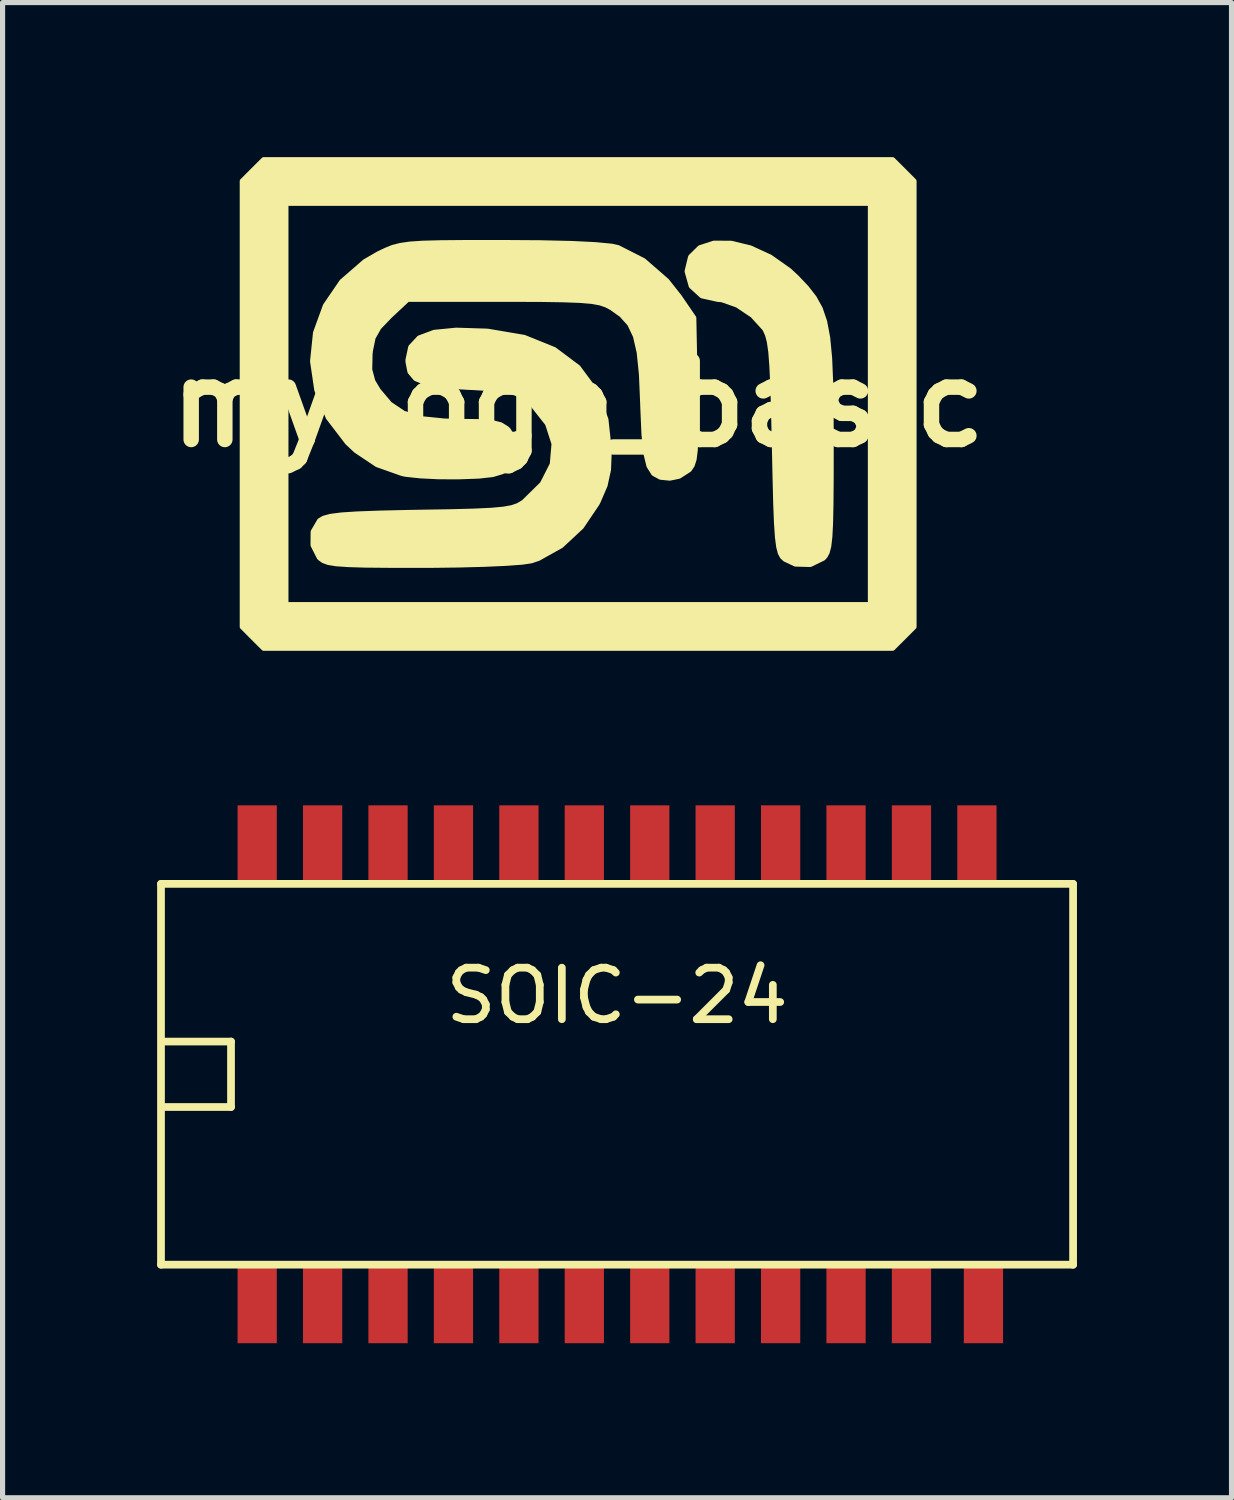
<source format=kicad_pcb>
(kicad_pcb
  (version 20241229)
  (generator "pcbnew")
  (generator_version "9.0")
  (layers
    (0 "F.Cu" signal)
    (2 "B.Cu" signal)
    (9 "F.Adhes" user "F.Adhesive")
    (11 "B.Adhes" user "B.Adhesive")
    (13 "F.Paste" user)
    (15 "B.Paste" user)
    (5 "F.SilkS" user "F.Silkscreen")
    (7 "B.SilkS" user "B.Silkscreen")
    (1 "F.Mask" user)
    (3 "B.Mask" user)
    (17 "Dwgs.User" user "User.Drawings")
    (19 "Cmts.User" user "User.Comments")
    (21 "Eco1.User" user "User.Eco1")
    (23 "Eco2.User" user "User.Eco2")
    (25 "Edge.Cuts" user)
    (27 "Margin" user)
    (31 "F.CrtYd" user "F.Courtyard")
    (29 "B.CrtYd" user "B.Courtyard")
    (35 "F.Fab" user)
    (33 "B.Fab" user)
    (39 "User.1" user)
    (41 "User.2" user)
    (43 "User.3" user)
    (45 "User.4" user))
  (footprint "myLogo_basic"
    (layer "F.Cu")
    (at 8.172 4.791)
    (property "Reference" "myLogo_basic" (at 0 0 0) (layer "F.SilkS") (effects (font (size 1.524 1.524) (thickness 0.3))))
    (attr through_hole)
    (fp_poly (pts (xy 6.519 4.326) (xy 6.312 4.534) (xy 6.104 4.741) (xy 5.673 4.741) (xy 5.673 3.895) (xy 5.673 0) (xy 5.673 -3.895) (xy 0 -3.895) (xy -5.673 -3.895) (xy -5.673 0) (xy -5.673 3.895) (xy 0 3.895) (xy 5.673 3.895) (xy 5.673 4.741) (xy 0 4.741) (xy -6.104 4.741) (xy -6.312 4.534) (xy -6.519 4.326) (xy -6.519 0) (xy -6.519 -4.326) (xy -6.312 -4.534) (xy -6.104 -4.741) (xy 0 -4.741) (xy 6.104 -4.741) (xy 6.312 -4.534) (xy 6.519 -4.326) (xy 6.519 0) (xy 6.519 4.326)) (stroke (width 0.1) (type solid)) (fill yes) (layer "F.SilkS"))
    (fp_poly (pts (xy 4.911 0.806) (xy 4.91 1.452) (xy 4.906 1.949) (xy 4.898 2.319) (xy 4.884 2.583) (xy 4.863 2.763) (xy 4.833 2.879) (xy 4.793 2.953) (xy 4.756 2.993) (xy 4.506 3.115) (xy 4.217 3.107) (xy 4.017 3.013) (xy 3.965 2.965) (xy 3.925 2.892) (xy 3.894 2.773) (xy 3.87 2.588) (xy 3.851 2.315) (xy 3.836 1.933) (xy 3.823 1.422) (xy 3.81 0.828) (xy 3.795 0.17) (xy 3.78 -0.34) (xy 3.762 -0.725) (xy 3.741 -1.006) (xy 3.713 -1.204) (xy 3.677 -1.342) (xy 3.632 -1.442) (xy 3.615 -1.469) (xy 3.386 -1.72) (xy 3.09 -1.919) (xy 2.793 -2.024) (xy 2.707 -2.032) (xy 2.402 -2.1) (xy 2.196 -2.288) (xy 2.117 -2.569) (xy 2.117 -2.582) (xy 2.183 -2.854) (xy 2.364 -3.032) (xy 2.635 -3.12) (xy 2.969 -3.118) (xy 3.341 -3.028) (xy 3.726 -2.851) (xy 4.096 -2.59) (xy 4.237 -2.459) (xy 4.429 -2.257) (xy 4.581 -2.061) (xy 4.698 -1.85) (xy 4.783 -1.6) (xy 4.842 -1.289) (xy 4.88 -0.894) (xy 4.901 -0.393) (xy 4.909 0.239) (xy 4.911 0.806)) (stroke (width 0.1) (type solid)) (fill yes) (layer "F.SilkS"))
    (fp_poly (pts (xy 0.603 0.899) (xy 0.588 1.276) (xy 0.522 1.58) (xy 0.383 1.902) (xy 0.366 1.934) (xy 0.063 2.383) (xy -0.331 2.75) (xy -0.772 2.997) (xy -0.912 3.044) (xy -1.09 3.07) (xy -1.407 3.093) (xy -1.833 3.112) (xy -2.337 3.125) (xy -2.888 3.132) (xy -3.056 3.132) (xy -3.663 3.131) (xy -4.123 3.127) (xy -4.459 3.117) (xy -4.693 3.101) (xy -4.848 3.076) (xy -4.946 3.04) (xy -5.011 2.992) (xy -5.025 2.978) (xy -5.145 2.741) (xy -5.143 2.48) (xy -5.018 2.266) (xy -5.016 2.265) (xy -4.939 2.219) (xy -4.807 2.183) (xy -4.598 2.156) (xy -4.293 2.136) (xy -3.868 2.12) (xy -3.303 2.107) (xy -3.075 2.103) (xy -2.475 2.093) (xy -2.019 2.081) (xy -1.684 2.065) (xy -1.447 2.043) (xy -1.282 2.013) (xy -1.165 1.972) (xy -1.073 1.918) (xy -1.049 1.9) (xy -0.695 1.552) (xy -0.501 1.17) (xy -0.467 0.773) (xy -0.593 0.383) (xy -0.88 0.019) (xy -1.045 -0.119) (xy -1.188 -0.202) (xy -1.376 -0.259) (xy -1.648 -0.296) (xy -2.042 -0.32) (xy -2.14 -0.324) (xy -2.615 -0.353) (xy -2.944 -0.406) (xy -3.153 -0.493) (xy -3.264 -0.625) (xy -3.301 -0.813) (xy -3.302 -0.854) (xy -3.249 -1.104) (xy -3.084 -1.281) (xy -2.794 -1.389) (xy -2.368 -1.431) (xy -1.795 -1.413) (xy -1.749 -1.41) (xy -1.048 -1.291) (xy -0.464 -1.055) (xy -0.001 -0.708) (xy 0.335 -0.254) (xy 0.538 0.301) (xy 0.603 0.899)) (stroke (width 0.1) (type solid)) (fill yes) (layer "F.SilkS"))
    (fp_poly (pts (xy 2.282 0.629) (xy 2.272 0.896) (xy 2.25 1.073) (xy 2.213 1.189) (xy 2.159 1.269) (xy 2.153 1.276) (xy 1.957 1.402) (xy 1.778 1.439) (xy 1.599 1.421) (xy 1.468 1.35) (xy 1.376 1.204) (xy 1.316 0.96) (xy 1.279 0.596) (xy 1.257 0.089) (xy 1.254 0) (xy 1.23 -0.571) (xy 1.186 -1.001) (xy 1.113 -1.318) (xy 1.002 -1.552) (xy 0.844 -1.729) (xy 0.652 -1.866) (xy 0.549 -1.921) (xy 0.429 -1.962) (xy 0.267 -1.992) (xy 0.039 -2.011) (xy -0.279 -2.023) (xy -0.711 -2.03) (xy -1.282 -2.032) (xy -1.464 -2.032) (xy -3.309 -2.032) (xy -3.655 -1.709) (xy -3.868 -1.487) (xy -3.981 -1.287) (xy -4.033 -1.034) (xy -4.04 -0.968) (xy -4.047 -0.667) (xy -3.987 -0.442) (xy -3.881 -0.263) (xy -3.657 0.002) (xy -3.39 0.181) (xy -3.046 0.287) (xy -2.59 0.333) (xy -2.308 0.339) (xy -1.924 0.344) (xy -1.669 0.363) (xy -1.504 0.405) (xy -1.39 0.475) (xy -1.355 0.508) (xy -1.208 0.755) (xy -1.216 1.017) (xy -1.363 1.236) (xy -1.485 1.317) (xy -1.66 1.369) (xy -1.927 1.399) (xy -2.316 1.413) (xy -2.705 1.412) (xy -3.068 1.394) (xy -3.345 1.364) (xy -3.411 1.351) (xy -3.903 1.177) (xy -4.313 0.903) (xy -4.479 0.747) (xy -4.849 0.263) (xy -5.072 -0.271) (xy -5.154 -0.828) (xy -5.097 -1.381) (xy -4.906 -1.906) (xy -4.586 -2.375) (xy -4.14 -2.762) (xy -3.878 -2.914) (xy -3.733 -2.983) (xy -3.6 -3.037) (xy -3.453 -3.075) (xy -3.267 -3.102) (xy -3.018 -3.119) (xy -2.68 -3.128) (xy -2.228 -3.132) (xy -1.638 -3.133) (xy -1.478 -3.133) (xy -0.735 -3.128) (xy -0.126 -3.114) (xy 0.339 -3.091) (xy 0.651 -3.061) (xy 0.771 -3.035) (xy 1.27 -2.781) (xy 1.721 -2.388) (xy 1.961 -2.084) (xy 2.244 -1.671) (xy 2.272 -0.279) (xy 2.281 0.246) (xy 2.282 0.629)) (stroke (width 0.1) (type solid)) (fill yes) (layer "F.SilkS")))
  (footprint "SOIC-24"
    (layer "F.Cu")
    (at 8.927 17.802)
    (property "Reference" "SOIC-24" (at 0 -1.524 0) (layer "F.SilkS") (effects (font (size 1 1) (thickness 0.15))))
    (attr smd)
    (fp_line (start -8.852 -3.696) (end -8.852 3.696) (stroke (width 0.15) (type solid)) (layer "F.SilkS"))
    (fp_line (start -8.852 3.696) (end 8.852 3.696) (stroke (width 0.15) (type solid)) (layer "F.SilkS"))
    (fp_line (start -8.763 -0.635) (end -7.493 -0.635) (stroke (width 0.15) (type solid)) (layer "F.SilkS"))
    (fp_line (start -7.493 -0.635) (end -7.493 0.635) (stroke (width 0.15) (type solid)) (layer "F.SilkS"))
    (fp_line (start -7.493 0.635) (end -8.763 0.635) (stroke (width 0.15) (type solid)) (layer "F.SilkS"))
    (fp_line (start 8.852 -3.696) (end -8.852 -3.696) (stroke (width 0.15) (type solid)) (layer "F.SilkS"))
    (fp_line (start 8.852 -3.696) (end 8.852 3.696) (stroke (width 0.15) (type solid)) (layer "F.SilkS"))
    (pad "1" smd rect (at -6.985 4.458) (size 0.762 1.524) (layers "F.Cu" "F.Mask" "F.Paste"))
    (pad "2" smd rect (at -5.715 4.458) (size 0.762 1.524) (layers "F.Cu" "F.Mask" "F.Paste"))
    (pad "3" smd rect (at -4.445 4.458) (size 0.762 1.524) (layers "F.Cu" "F.Mask" "F.Paste"))
    (pad "4" smd rect (at -3.175 4.458) (size 0.762 1.524) (layers "F.Cu" "F.Mask" "F.Paste"))
    (pad "5" smd rect (at -1.905 4.458) (size 0.762 1.524) (layers "F.Cu" "F.Mask" "F.Paste"))
    (pad "6" smd rect (at -0.635 4.458) (size 0.762 1.524) (layers "F.Cu" "F.Mask" "F.Paste"))
    (pad "7" smd rect (at 0.635 4.458) (size 0.762 1.524) (layers "F.Cu" "F.Mask" "F.Paste"))
    (pad "8" smd rect (at 1.905 4.458) (size 0.762 1.524) (layers "F.Cu" "F.Mask" "F.Paste"))
    (pad "9" smd rect (at 3.175 4.458) (size 0.762 1.524) (layers "F.Cu" "F.Mask" "F.Paste"))
    (pad "10" smd rect (at 4.445 4.458) (size 0.762 1.524) (layers "F.Cu" "F.Mask" "F.Paste"))
    (pad "11" smd rect (at 5.715 4.458) (size 0.762 1.524) (layers "F.Cu" "F.Mask" "F.Paste"))
    (pad "12" smd rect (at 7.112 4.458) (size 0.762 1.524) (layers "F.Cu" "F.Mask" "F.Paste"))
    (pad "13" smd rect (at 6.985 -4.458) (size 0.762 1.524) (layers "F.Cu" "F.Mask" "F.Paste"))
    (pad "14" smd rect (at 5.715 -4.458) (size 0.762 1.524) (layers "F.Cu" "F.Mask" "F.Paste"))
    (pad "15" smd rect (at 4.445 -4.458) (size 0.762 1.524) (layers "F.Cu" "F.Mask" "F.Paste"))
    (pad "16" smd rect (at 3.175 -4.458) (size 0.762 1.524) (layers "F.Cu" "F.Mask" "F.Paste"))
    (pad "17" smd rect (at 1.905 -4.458) (size 0.762 1.524) (layers "F.Cu" "F.Mask" "F.Paste"))
    (pad "18" smd rect (at 0.635 -4.458) (size 0.762 1.524) (layers "F.Cu" "F.Mask" "F.Paste"))
    (pad "19" smd rect (at -0.635 -4.458) (size 0.762 1.524) (layers "F.Cu" "F.Mask" "F.Paste"))
    (pad "20" smd rect (at -1.905 -4.458) (size 0.762 1.524) (layers "F.Cu" "F.Mask" "F.Paste"))
    (pad "21" smd rect (at -3.175 -4.458) (size 0.762 1.524) (layers "F.Cu" "F.Mask" "F.Paste"))
    (pad "22" smd rect (at -4.445 -4.458) (size 0.762 1.524) (layers "F.Cu" "F.Mask" "F.Paste"))
    (pad "23" smd rect (at -5.715 -4.458) (size 0.762 1.524) (layers "F.Cu" "F.Mask" "F.Paste"))
    (pad "24" smd rect (at -6.985 -4.458) (size 0.762 1.524) (layers "F.Cu" "F.Mask" "F.Paste")))
  (gr_rect
    (start -3 -3)
    (end 20.854 26.022)
    (stroke (width 0.1) (type default))
    (fill no)
    (layer "Edge.Cuts")))
</source>
